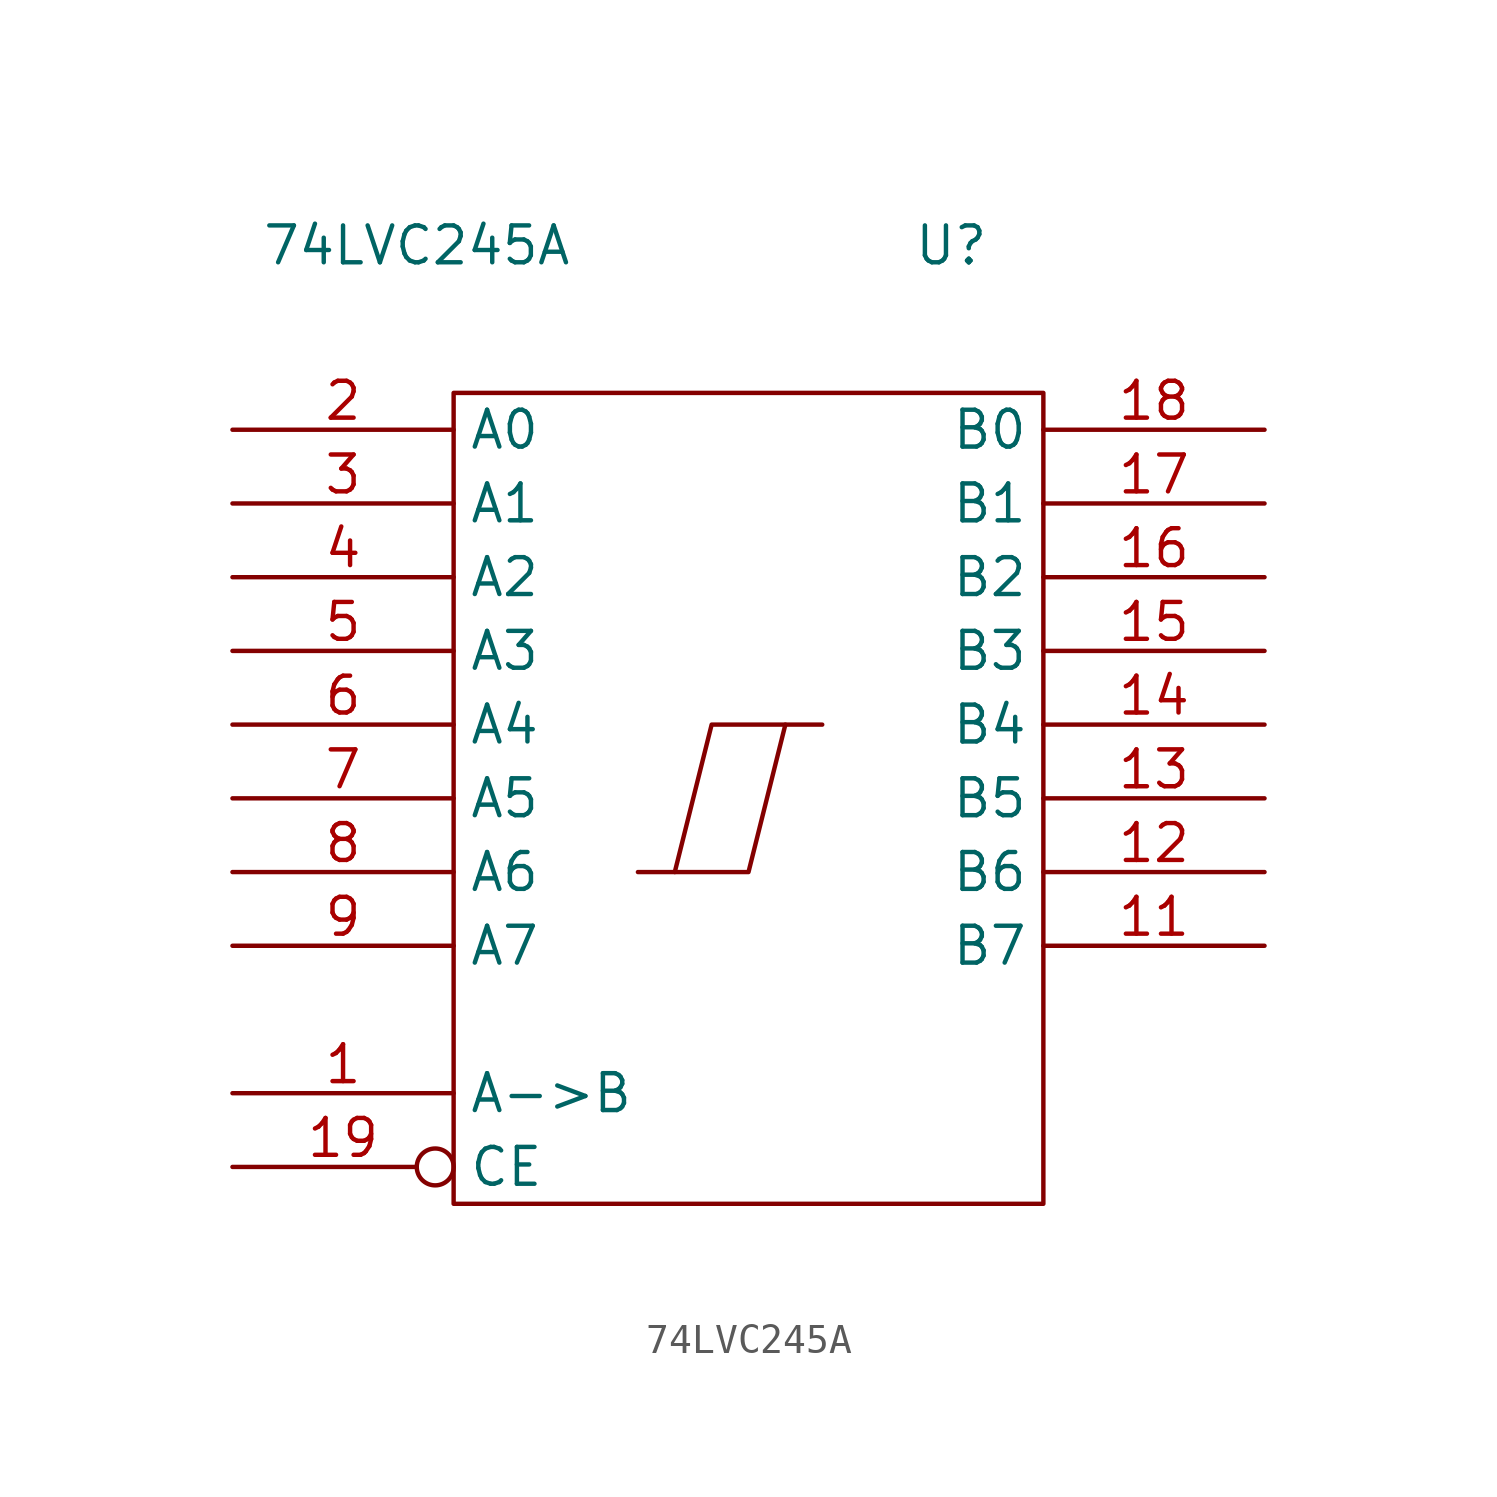
<source format=kicad_sym>
(kicad_symbol_lib
  (version 20211014)
  (generator kicad_symbol_editor)
  (symbol "74LVC245A"
    (property "Reference" "U"
      (at 7.62 19.05 0)
      (effects (font (size 1.27 1.27))))
    (property "Value" "74LVC245A"
      (at -10.795 19.05 0)
      (effects (font (size 1.27 1.27))))
    (symbol "74LVC245A_0_0"
      (pin power_in line (at 0 -13.97 90) (length 0) hide (name "GND" (effects (font (size 1.27 1.27)))) (number "10" (effects (font (size 1.27 1.27)))))
      (pin power_in line (at 0 13.97 270) (length 0) hide (name "VCC" (effects (font (size 1.27 1.27)))) (number "20" (effects (font (size 1.27 1.27))))))
    (symbol "74LVC245A_0_1"
      (rectangle (start -9.525 13.97) (end 10.795 -13.97) (stroke (width 0) (type default) (color 0 0 0 0)) (fill (type none)))
      (polyline (pts (xy 1.905 2.54) (xy 0.635 -2.54) (xy -1.905 -2.54)) (stroke (width 0) (type default) (color 0 0 0 0)) (fill (type none)))
      (polyline (pts (xy 3.175 2.54) (xy -0.635 2.54) (xy -1.905 -2.54) (xy -3.175 -2.54)) (stroke (width 0) (type default) (color 0 0 0 0)) (fill (type none))))
    (symbol "74LVC245A_1_1"
      (pin input line (at -17.145 -10.16 0) (length 7.62) (name "A->B" (effects (font (size 1.27 1.27)))) (number "1" (effects (font (size 1.27 1.27)))))
      (pin tri_state line (at 18.415 -5.08 180) (length 7.62) (name "B7" (effects (font (size 1.27 1.27)))) (number "11" (effects (font (size 1.27 1.27)))))
      (pin tri_state line (at 18.415 -2.54 180) (length 7.62) (name "B6" (effects (font (size 1.27 1.27)))) (number "12" (effects (font (size 1.27 1.27)))))
      (pin tri_state line (at 18.415 0 180) (length 7.62) (name "B5" (effects (font (size 1.27 1.27)))) (number "13" (effects (font (size 1.27 1.27)))))
      (pin tri_state line (at 18.415 2.54 180) (length 7.62) (name "B4" (effects (font (size 1.27 1.27)))) (number "14" (effects (font (size 1.27 1.27)))))
      (pin tri_state line (at 18.415 5.08 180) (length 7.62) (name "B3" (effects (font (size 1.27 1.27)))) (number "15" (effects (font (size 1.27 1.27)))))
      (pin tri_state line (at 18.415 7.62 180) (length 7.62) (name "B2" (effects (font (size 1.27 1.27)))) (number "16" (effects (font (size 1.27 1.27)))))
      (pin tri_state line (at 18.415 10.16 180) (length 7.62) (name "B1" (effects (font (size 1.27 1.27)))) (number "17" (effects (font (size 1.27 1.27)))))
      (pin tri_state line (at 18.415 12.7 180) (length 7.62) (name "B0" (effects (font (size 1.27 1.27)))) (number "18" (effects (font (size 1.27 1.27)))))
      (pin input inverted (at -17.145 -12.7 0) (length 7.62) (name "CE" (effects (font (size 1.27 1.27)))) (number "19" (effects (font (size 1.27 1.27)))))
      (pin tri_state line (at -17.145 12.7 0) (length 7.62) (name "A0" (effects (font (size 1.27 1.27)))) (number "2" (effects (font (size 1.27 1.27)))))
      (pin tri_state line (at -17.145 10.16 0) (length 7.62) (name "A1" (effects (font (size 1.27 1.27)))) (number "3" (effects (font (size 1.27 1.27)))))
      (pin tri_state line (at -17.145 7.62 0) (length 7.62) (name "A2" (effects (font (size 1.27 1.27)))) (number "4" (effects (font (size 1.27 1.27)))))
      (pin tri_state line (at -17.145 5.08 0) (length 7.62) (name "A3" (effects (font (size 1.27 1.27)))) (number "5" (effects (font (size 1.27 1.27)))))
      (pin tri_state line (at -17.145 2.54 0) (length 7.62) (name "A4" (effects (font (size 1.27 1.27)))) (number "6" (effects (font (size 1.27 1.27)))))
      (pin tri_state line (at -17.145 0 0) (length 7.62) (name "A5" (effects (font (size 1.27 1.27)))) (number "7" (effects (font (size 1.27 1.27)))))
      (pin tri_state line (at -17.145 -2.54 0) (length 7.62) (name "A6" (effects (font (size 1.27 1.27)))) (number "8" (effects (font (size 1.27 1.27)))))
      (pin tri_state line (at -17.145 -5.08 0) (length 7.62) (name "A7" (effects (font (size 1.27 1.27)))) (number "9" (effects (font (size 1.27 1.27))))))))
</source>
